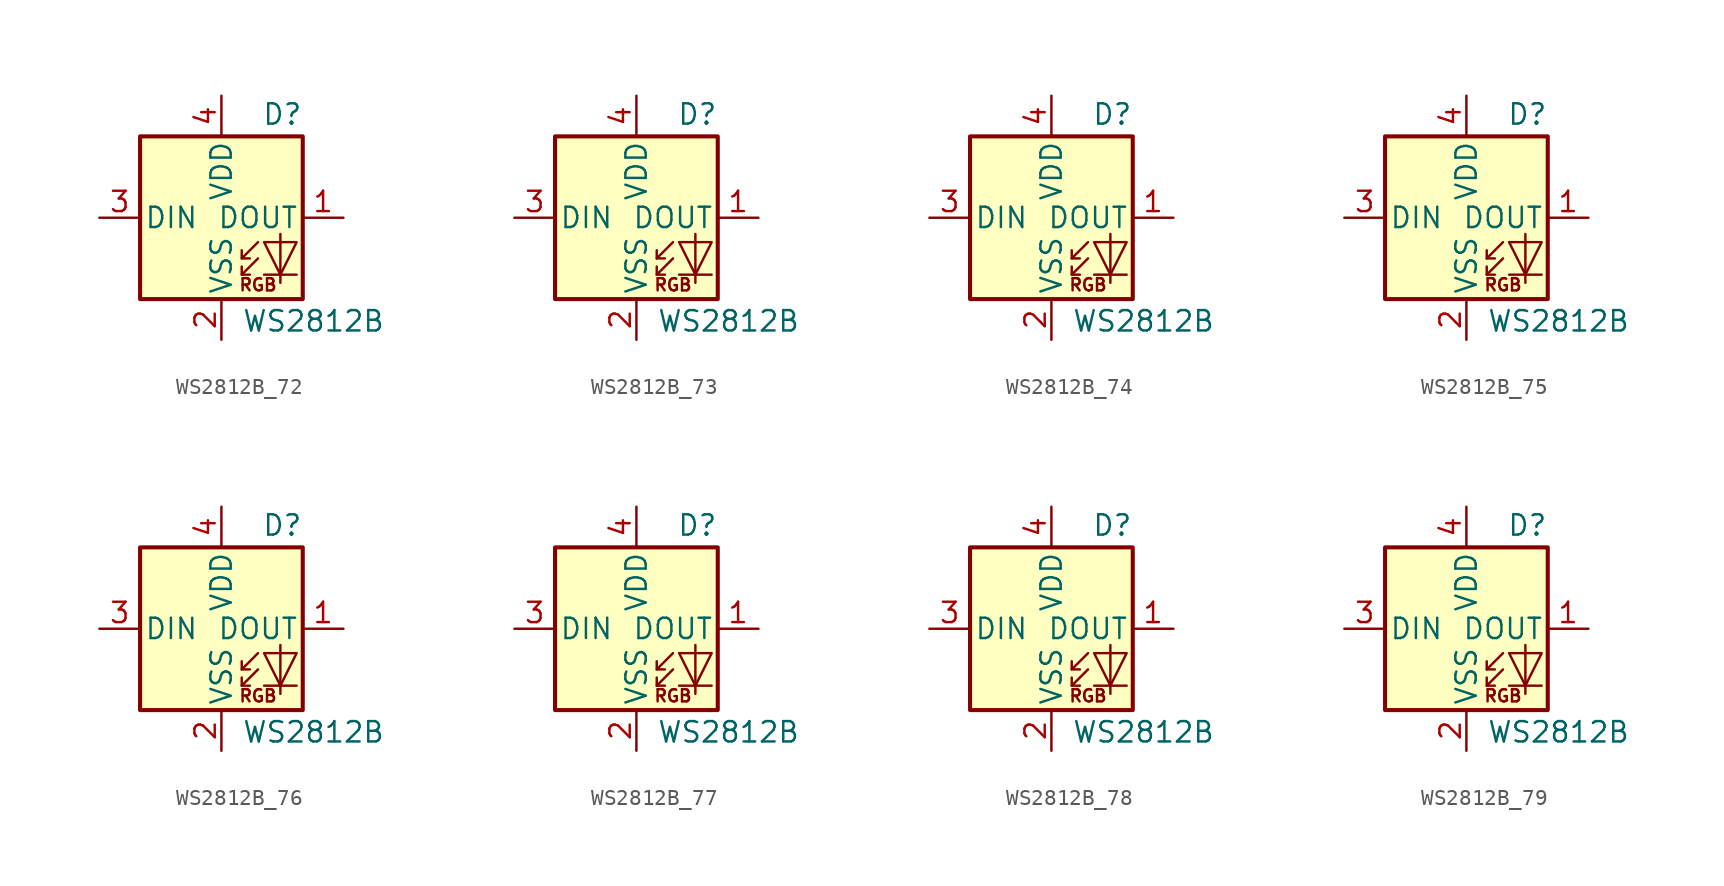
<source format=kicad_sym>
(kicad_symbol_lib
  (version 20220914)
  (generator kicad_symbol_editor)
  (symbol "WS2812B_72"
    (pin_names
      (offset 0.254))
    (property "Reference" "D"
      (at 5.08 5.715 0)
      (effects (font (size 1.27 1.27)) (justify right bottom)))
    (property "Value" "WS2812B"
      (at 1.27 -5.715 0)
      (effects (font (size 1.27 1.27)) (justify left top)))
    (symbol "WS2812B_72_0_0"
      (text "RGB" (at 2.286 -4.191 0) (effects (font (size 0.762 0.762)))))
    (symbol "WS2812B_72_0_1"
      (polyline (pts (xy 1.27 -3.556) (xy 1.778 -3.556)) (stroke (width 0) (type default)) (fill (type none)))
      (polyline (pts (xy 1.27 -2.54) (xy 1.778 -2.54)) (stroke (width 0) (type default)) (fill (type none)))
      (polyline (pts (xy 4.699 -3.556) (xy 2.667 -3.556)) (stroke (width 0) (type default)) (fill (type none)))
      (polyline (pts (xy 2.286 -2.54) (xy 1.27 -3.556) (xy 1.27 -3.048)) (stroke (width 0) (type default)) (fill (type none)))
      (polyline (pts (xy 2.286 -1.524) (xy 1.27 -2.54) (xy 1.27 -2.032)) (stroke (width 0) (type default)) (fill (type none)))
      (polyline (pts (xy 3.683 -1.016) (xy 3.683 -3.556) (xy 3.683 -4.064)) (stroke (width 0) (type default)) (fill (type none)))
      (polyline (pts (xy 4.699 -1.524) (xy 2.667 -1.524) (xy 3.683 -3.556) (xy 4.699 -1.524)) (stroke (width 0) (type default)) (fill (type none)))
      (rectangle (start 5.08 5.08) (end -5.08 -5.08) (stroke (width 0.254) (type default)) (fill (type background))))
    (symbol "WS2812B_72_1_1"
      (pin output line (at 7.62 0 180) (length 2.54) (name "DOUT" (effects (font (size 1.27 1.27)))) (number "1" (effects (font (size 1.27 1.27)))))
      (pin power_in line (at 0 -7.62 90) (length 2.54) (name "VSS" (effects (font (size 1.27 1.27)))) (number "2" (effects (font (size 1.27 1.27)))))
      (pin input line (at -7.62 0 0) (length 2.54) (name "DIN" (effects (font (size 1.27 1.27)))) (number "3" (effects (font (size 1.27 1.27)))))
      (pin power_in line (at 0 7.62 270) (length 2.54) (name "VDD" (effects (font (size 1.27 1.27)))) (number "4" (effects (font (size 1.27 1.27)))))))
  (symbol "WS2812B_73"
    (pin_names
      (offset 0.254))
    (property "Reference" "D"
      (at 5.08 5.715 0)
      (effects (font (size 1.27 1.27)) (justify right bottom)))
    (property "Value" "WS2812B"
      (at 1.27 -5.715 0)
      (effects (font (size 1.27 1.27)) (justify left top)))
    (symbol "WS2812B_73_0_0"
      (text "RGB" (at 2.286 -4.191 0) (effects (font (size 0.762 0.762)))))
    (symbol "WS2812B_73_0_1"
      (polyline (pts (xy 1.27 -3.556) (xy 1.778 -3.556)) (stroke (width 0) (type default)) (fill (type none)))
      (polyline (pts (xy 1.27 -2.54) (xy 1.778 -2.54)) (stroke (width 0) (type default)) (fill (type none)))
      (polyline (pts (xy 4.699 -3.556) (xy 2.667 -3.556)) (stroke (width 0) (type default)) (fill (type none)))
      (polyline (pts (xy 2.286 -2.54) (xy 1.27 -3.556) (xy 1.27 -3.048)) (stroke (width 0) (type default)) (fill (type none)))
      (polyline (pts (xy 2.286 -1.524) (xy 1.27 -2.54) (xy 1.27 -2.032)) (stroke (width 0) (type default)) (fill (type none)))
      (polyline (pts (xy 3.683 -1.016) (xy 3.683 -3.556) (xy 3.683 -4.064)) (stroke (width 0) (type default)) (fill (type none)))
      (polyline (pts (xy 4.699 -1.524) (xy 2.667 -1.524) (xy 3.683 -3.556) (xy 4.699 -1.524)) (stroke (width 0) (type default)) (fill (type none)))
      (rectangle (start 5.08 5.08) (end -5.08 -5.08) (stroke (width 0.254) (type default)) (fill (type background))))
    (symbol "WS2812B_73_1_1"
      (pin output line (at 7.62 0 180) (length 2.54) (name "DOUT" (effects (font (size 1.27 1.27)))) (number "1" (effects (font (size 1.27 1.27)))))
      (pin power_in line (at 0 -7.62 90) (length 2.54) (name "VSS" (effects (font (size 1.27 1.27)))) (number "2" (effects (font (size 1.27 1.27)))))
      (pin input line (at -7.62 0 0) (length 2.54) (name "DIN" (effects (font (size 1.27 1.27)))) (number "3" (effects (font (size 1.27 1.27)))))
      (pin power_in line (at 0 7.62 270) (length 2.54) (name "VDD" (effects (font (size 1.27 1.27)))) (number "4" (effects (font (size 1.27 1.27)))))))
  (symbol "WS2812B_74"
    (pin_names
      (offset 0.254))
    (property "Reference" "D"
      (at 5.08 5.715 0)
      (effects (font (size 1.27 1.27)) (justify right bottom)))
    (property "Value" "WS2812B"
      (at 1.27 -5.715 0)
      (effects (font (size 1.27 1.27)) (justify left top)))
    (symbol "WS2812B_74_0_0"
      (text "RGB" (at 2.286 -4.191 0) (effects (font (size 0.762 0.762)))))
    (symbol "WS2812B_74_0_1"
      (polyline (pts (xy 1.27 -3.556) (xy 1.778 -3.556)) (stroke (width 0) (type default)) (fill (type none)))
      (polyline (pts (xy 1.27 -2.54) (xy 1.778 -2.54)) (stroke (width 0) (type default)) (fill (type none)))
      (polyline (pts (xy 4.699 -3.556) (xy 2.667 -3.556)) (stroke (width 0) (type default)) (fill (type none)))
      (polyline (pts (xy 2.286 -2.54) (xy 1.27 -3.556) (xy 1.27 -3.048)) (stroke (width 0) (type default)) (fill (type none)))
      (polyline (pts (xy 2.286 -1.524) (xy 1.27 -2.54) (xy 1.27 -2.032)) (stroke (width 0) (type default)) (fill (type none)))
      (polyline (pts (xy 3.683 -1.016) (xy 3.683 -3.556) (xy 3.683 -4.064)) (stroke (width 0) (type default)) (fill (type none)))
      (polyline (pts (xy 4.699 -1.524) (xy 2.667 -1.524) (xy 3.683 -3.556) (xy 4.699 -1.524)) (stroke (width 0) (type default)) (fill (type none)))
      (rectangle (start 5.08 5.08) (end -5.08 -5.08) (stroke (width 0.254) (type default)) (fill (type background))))
    (symbol "WS2812B_74_1_1"
      (pin output line (at 7.62 0 180) (length 2.54) (name "DOUT" (effects (font (size 1.27 1.27)))) (number "1" (effects (font (size 1.27 1.27)))))
      (pin power_in line (at 0 -7.62 90) (length 2.54) (name "VSS" (effects (font (size 1.27 1.27)))) (number "2" (effects (font (size 1.27 1.27)))))
      (pin input line (at -7.62 0 0) (length 2.54) (name "DIN" (effects (font (size 1.27 1.27)))) (number "3" (effects (font (size 1.27 1.27)))))
      (pin power_in line (at 0 7.62 270) (length 2.54) (name "VDD" (effects (font (size 1.27 1.27)))) (number "4" (effects (font (size 1.27 1.27)))))))
  (symbol "WS2812B_75"
    (pin_names
      (offset 0.254))
    (property "Reference" "D"
      (at 5.08 5.715 0)
      (effects (font (size 1.27 1.27)) (justify right bottom)))
    (property "Value" "WS2812B"
      (at 1.27 -5.715 0)
      (effects (font (size 1.27 1.27)) (justify left top)))
    (symbol "WS2812B_75_0_0"
      (text "RGB" (at 2.286 -4.191 0) (effects (font (size 0.762 0.762)))))
    (symbol "WS2812B_75_0_1"
      (polyline (pts (xy 1.27 -3.556) (xy 1.778 -3.556)) (stroke (width 0) (type default)) (fill (type none)))
      (polyline (pts (xy 1.27 -2.54) (xy 1.778 -2.54)) (stroke (width 0) (type default)) (fill (type none)))
      (polyline (pts (xy 4.699 -3.556) (xy 2.667 -3.556)) (stroke (width 0) (type default)) (fill (type none)))
      (polyline (pts (xy 2.286 -2.54) (xy 1.27 -3.556) (xy 1.27 -3.048)) (stroke (width 0) (type default)) (fill (type none)))
      (polyline (pts (xy 2.286 -1.524) (xy 1.27 -2.54) (xy 1.27 -2.032)) (stroke (width 0) (type default)) (fill (type none)))
      (polyline (pts (xy 3.683 -1.016) (xy 3.683 -3.556) (xy 3.683 -4.064)) (stroke (width 0) (type default)) (fill (type none)))
      (polyline (pts (xy 4.699 -1.524) (xy 2.667 -1.524) (xy 3.683 -3.556) (xy 4.699 -1.524)) (stroke (width 0) (type default)) (fill (type none)))
      (rectangle (start 5.08 5.08) (end -5.08 -5.08) (stroke (width 0.254) (type default)) (fill (type background))))
    (symbol "WS2812B_75_1_1"
      (pin output line (at 7.62 0 180) (length 2.54) (name "DOUT" (effects (font (size 1.27 1.27)))) (number "1" (effects (font (size 1.27 1.27)))))
      (pin power_in line (at 0 -7.62 90) (length 2.54) (name "VSS" (effects (font (size 1.27 1.27)))) (number "2" (effects (font (size 1.27 1.27)))))
      (pin input line (at -7.62 0 0) (length 2.54) (name "DIN" (effects (font (size 1.27 1.27)))) (number "3" (effects (font (size 1.27 1.27)))))
      (pin power_in line (at 0 7.62 270) (length 2.54) (name "VDD" (effects (font (size 1.27 1.27)))) (number "4" (effects (font (size 1.27 1.27)))))))
  (symbol "WS2812B_76"
    (pin_names
      (offset 0.254))
    (property "Reference" "D"
      (at 5.08 5.715 0)
      (effects (font (size 1.27 1.27)) (justify right bottom)))
    (property "Value" "WS2812B"
      (at 1.27 -5.715 0)
      (effects (font (size 1.27 1.27)) (justify left top)))
    (symbol "WS2812B_76_0_0"
      (text "RGB" (at 2.286 -4.191 0) (effects (font (size 0.762 0.762)))))
    (symbol "WS2812B_76_0_1"
      (polyline (pts (xy 1.27 -3.556) (xy 1.778 -3.556)) (stroke (width 0) (type default)) (fill (type none)))
      (polyline (pts (xy 1.27 -2.54) (xy 1.778 -2.54)) (stroke (width 0) (type default)) (fill (type none)))
      (polyline (pts (xy 4.699 -3.556) (xy 2.667 -3.556)) (stroke (width 0) (type default)) (fill (type none)))
      (polyline (pts (xy 2.286 -2.54) (xy 1.27 -3.556) (xy 1.27 -3.048)) (stroke (width 0) (type default)) (fill (type none)))
      (polyline (pts (xy 2.286 -1.524) (xy 1.27 -2.54) (xy 1.27 -2.032)) (stroke (width 0) (type default)) (fill (type none)))
      (polyline (pts (xy 3.683 -1.016) (xy 3.683 -3.556) (xy 3.683 -4.064)) (stroke (width 0) (type default)) (fill (type none)))
      (polyline (pts (xy 4.699 -1.524) (xy 2.667 -1.524) (xy 3.683 -3.556) (xy 4.699 -1.524)) (stroke (width 0) (type default)) (fill (type none)))
      (rectangle (start 5.08 5.08) (end -5.08 -5.08) (stroke (width 0.254) (type default)) (fill (type background))))
    (symbol "WS2812B_76_1_1"
      (pin output line (at 7.62 0 180) (length 2.54) (name "DOUT" (effects (font (size 1.27 1.27)))) (number "1" (effects (font (size 1.27 1.27)))))
      (pin power_in line (at 0 -7.62 90) (length 2.54) (name "VSS" (effects (font (size 1.27 1.27)))) (number "2" (effects (font (size 1.27 1.27)))))
      (pin input line (at -7.62 0 0) (length 2.54) (name "DIN" (effects (font (size 1.27 1.27)))) (number "3" (effects (font (size 1.27 1.27)))))
      (pin power_in line (at 0 7.62 270) (length 2.54) (name "VDD" (effects (font (size 1.27 1.27)))) (number "4" (effects (font (size 1.27 1.27)))))))
  (symbol "WS2812B_77"
    (pin_names
      (offset 0.254))
    (property "Reference" "D"
      (at 5.08 5.715 0)
      (effects (font (size 1.27 1.27)) (justify right bottom)))
    (property "Value" "WS2812B"
      (at 1.27 -5.715 0)
      (effects (font (size 1.27 1.27)) (justify left top)))
    (symbol "WS2812B_77_0_0"
      (text "RGB" (at 2.286 -4.191 0) (effects (font (size 0.762 0.762)))))
    (symbol "WS2812B_77_0_1"
      (polyline (pts (xy 1.27 -3.556) (xy 1.778 -3.556)) (stroke (width 0) (type default)) (fill (type none)))
      (polyline (pts (xy 1.27 -2.54) (xy 1.778 -2.54)) (stroke (width 0) (type default)) (fill (type none)))
      (polyline (pts (xy 4.699 -3.556) (xy 2.667 -3.556)) (stroke (width 0) (type default)) (fill (type none)))
      (polyline (pts (xy 2.286 -2.54) (xy 1.27 -3.556) (xy 1.27 -3.048)) (stroke (width 0) (type default)) (fill (type none)))
      (polyline (pts (xy 2.286 -1.524) (xy 1.27 -2.54) (xy 1.27 -2.032)) (stroke (width 0) (type default)) (fill (type none)))
      (polyline (pts (xy 3.683 -1.016) (xy 3.683 -3.556) (xy 3.683 -4.064)) (stroke (width 0) (type default)) (fill (type none)))
      (polyline (pts (xy 4.699 -1.524) (xy 2.667 -1.524) (xy 3.683 -3.556) (xy 4.699 -1.524)) (stroke (width 0) (type default)) (fill (type none)))
      (rectangle (start 5.08 5.08) (end -5.08 -5.08) (stroke (width 0.254) (type default)) (fill (type background))))
    (symbol "WS2812B_77_1_1"
      (pin output line (at 7.62 0 180) (length 2.54) (name "DOUT" (effects (font (size 1.27 1.27)))) (number "1" (effects (font (size 1.27 1.27)))))
      (pin power_in line (at 0 -7.62 90) (length 2.54) (name "VSS" (effects (font (size 1.27 1.27)))) (number "2" (effects (font (size 1.27 1.27)))))
      (pin input line (at -7.62 0 0) (length 2.54) (name "DIN" (effects (font (size 1.27 1.27)))) (number "3" (effects (font (size 1.27 1.27)))))
      (pin power_in line (at 0 7.62 270) (length 2.54) (name "VDD" (effects (font (size 1.27 1.27)))) (number "4" (effects (font (size 1.27 1.27)))))))
  (symbol "WS2812B_78"
    (pin_names
      (offset 0.254))
    (property "Reference" "D"
      (at 5.08 5.715 0)
      (effects (font (size 1.27 1.27)) (justify right bottom)))
    (property "Value" "WS2812B"
      (at 1.27 -5.715 0)
      (effects (font (size 1.27 1.27)) (justify left top)))
    (symbol "WS2812B_78_0_0"
      (text "RGB" (at 2.286 -4.191 0) (effects (font (size 0.762 0.762)))))
    (symbol "WS2812B_78_0_1"
      (polyline (pts (xy 1.27 -3.556) (xy 1.778 -3.556)) (stroke (width 0) (type default)) (fill (type none)))
      (polyline (pts (xy 1.27 -2.54) (xy 1.778 -2.54)) (stroke (width 0) (type default)) (fill (type none)))
      (polyline (pts (xy 4.699 -3.556) (xy 2.667 -3.556)) (stroke (width 0) (type default)) (fill (type none)))
      (polyline (pts (xy 2.286 -2.54) (xy 1.27 -3.556) (xy 1.27 -3.048)) (stroke (width 0) (type default)) (fill (type none)))
      (polyline (pts (xy 2.286 -1.524) (xy 1.27 -2.54) (xy 1.27 -2.032)) (stroke (width 0) (type default)) (fill (type none)))
      (polyline (pts (xy 3.683 -1.016) (xy 3.683 -3.556) (xy 3.683 -4.064)) (stroke (width 0) (type default)) (fill (type none)))
      (polyline (pts (xy 4.699 -1.524) (xy 2.667 -1.524) (xy 3.683 -3.556) (xy 4.699 -1.524)) (stroke (width 0) (type default)) (fill (type none)))
      (rectangle (start 5.08 5.08) (end -5.08 -5.08) (stroke (width 0.254) (type default)) (fill (type background))))
    (symbol "WS2812B_78_1_1"
      (pin output line (at 7.62 0 180) (length 2.54) (name "DOUT" (effects (font (size 1.27 1.27)))) (number "1" (effects (font (size 1.27 1.27)))))
      (pin power_in line (at 0 -7.62 90) (length 2.54) (name "VSS" (effects (font (size 1.27 1.27)))) (number "2" (effects (font (size 1.27 1.27)))))
      (pin input line (at -7.62 0 0) (length 2.54) (name "DIN" (effects (font (size 1.27 1.27)))) (number "3" (effects (font (size 1.27 1.27)))))
      (pin power_in line (at 0 7.62 270) (length 2.54) (name "VDD" (effects (font (size 1.27 1.27)))) (number "4" (effects (font (size 1.27 1.27)))))))
  (symbol "WS2812B_79"
    (pin_names
      (offset 0.254))
    (property "Reference" "D"
      (at 5.08 5.715 0)
      (effects (font (size 1.27 1.27)) (justify right bottom)))
    (property "Value" "WS2812B"
      (at 1.27 -5.715 0)
      (effects (font (size 1.27 1.27)) (justify left top)))
    (symbol "WS2812B_79_0_0"
      (text "RGB" (at 2.286 -4.191 0) (effects (font (size 0.762 0.762)))))
    (symbol "WS2812B_79_0_1"
      (polyline (pts (xy 1.27 -3.556) (xy 1.778 -3.556)) (stroke (width 0) (type default)) (fill (type none)))
      (polyline (pts (xy 1.27 -2.54) (xy 1.778 -2.54)) (stroke (width 0) (type default)) (fill (type none)))
      (polyline (pts (xy 4.699 -3.556) (xy 2.667 -3.556)) (stroke (width 0) (type default)) (fill (type none)))
      (polyline (pts (xy 2.286 -2.54) (xy 1.27 -3.556) (xy 1.27 -3.048)) (stroke (width 0) (type default)) (fill (type none)))
      (polyline (pts (xy 2.286 -1.524) (xy 1.27 -2.54) (xy 1.27 -2.032)) (stroke (width 0) (type default)) (fill (type none)))
      (polyline (pts (xy 3.683 -1.016) (xy 3.683 -3.556) (xy 3.683 -4.064)) (stroke (width 0) (type default)) (fill (type none)))
      (polyline (pts (xy 4.699 -1.524) (xy 2.667 -1.524) (xy 3.683 -3.556) (xy 4.699 -1.524)) (stroke (width 0) (type default)) (fill (type none)))
      (rectangle (start 5.08 5.08) (end -5.08 -5.08) (stroke (width 0.254) (type default)) (fill (type background))))
    (symbol "WS2812B_79_1_1"
      (pin output line (at 7.62 0 180) (length 2.54) (name "DOUT" (effects (font (size 1.27 1.27)))) (number "1" (effects (font (size 1.27 1.27)))))
      (pin power_in line (at 0 -7.62 90) (length 2.54) (name "VSS" (effects (font (size 1.27 1.27)))) (number "2" (effects (font (size 1.27 1.27)))))
      (pin input line (at -7.62 0 0) (length 2.54) (name "DIN" (effects (font (size 1.27 1.27)))) (number "3" (effects (font (size 1.27 1.27)))))
      (pin power_in line (at 0 7.62 270) (length 2.54) (name "VDD" (effects (font (size 1.27 1.27)))) (number "4" (effects (font (size 1.27 1.27))))))))
</source>
